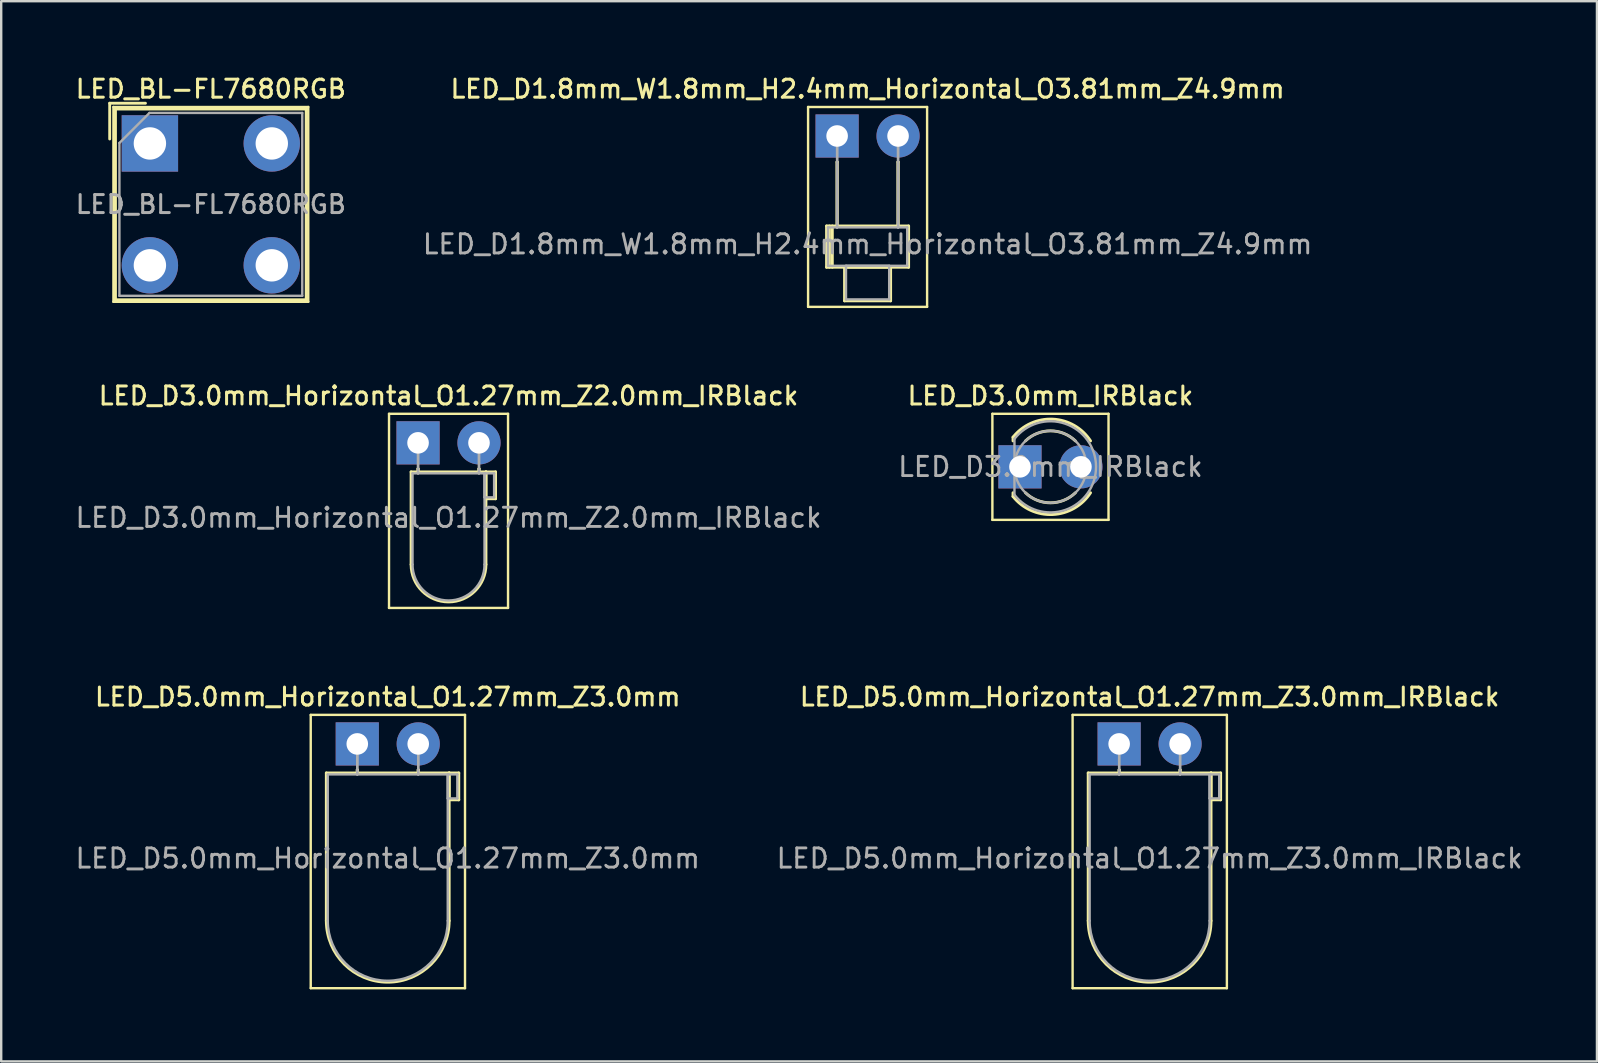
<source format=kicad_pcb>
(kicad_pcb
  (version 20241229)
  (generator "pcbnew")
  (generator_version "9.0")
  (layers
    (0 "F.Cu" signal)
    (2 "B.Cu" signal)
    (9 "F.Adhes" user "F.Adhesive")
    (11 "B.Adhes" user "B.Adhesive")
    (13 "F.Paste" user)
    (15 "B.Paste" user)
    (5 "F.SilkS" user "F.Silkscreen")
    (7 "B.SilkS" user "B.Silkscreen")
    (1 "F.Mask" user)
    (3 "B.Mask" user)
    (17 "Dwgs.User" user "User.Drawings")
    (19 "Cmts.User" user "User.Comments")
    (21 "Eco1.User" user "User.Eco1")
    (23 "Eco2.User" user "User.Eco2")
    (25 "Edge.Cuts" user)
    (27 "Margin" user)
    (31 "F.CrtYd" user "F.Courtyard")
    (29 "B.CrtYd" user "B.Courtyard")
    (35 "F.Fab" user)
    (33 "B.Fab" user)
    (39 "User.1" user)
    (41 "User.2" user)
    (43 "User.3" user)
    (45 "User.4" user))
  (footprint "LED_D5.0mm_Horizontal_O1.27mm_Z3.0mm"
    (layer "F.Cu")
    (at 11.84 27.954)
    (property "Reference" "LED_D5.0mm_Horizontal_O1.27mm_Z3.0mm" (at 1.27 -1.96 0) (layer "F.SilkS") (effects (font (size 0.75 0.75) (thickness 0.125))))
    (attr through_hole)
    (fp_line (start -1.94 -1.21) (end -1.94 10.18) (stroke (width 0.1) (type solid)) (layer "F.SilkS"))
    (fp_line (start -1.94 10.18) (end 4.49 10.18) (stroke (width 0.1) (type solid)) (layer "F.SilkS"))
    (fp_line (start -1.29 1.21) (end -1.29 7.37) (stroke (width 0.12) (type solid)) (layer "F.SilkS"))
    (fp_line (start -1.29 1.21) (end 3.83 1.21) (stroke (width 0.12) (type solid)) (layer "F.SilkS"))
    (fp_line (start 0 1.08) (end 0 1.08) (stroke (width 0.12) (type solid)) (layer "F.SilkS"))
    (fp_line (start 0 1.08) (end 0 1.21) (stroke (width 0.12) (type solid)) (layer "F.SilkS"))
    (fp_line (start 0 1.21) (end 0 1.08) (stroke (width 0.12) (type solid)) (layer "F.SilkS"))
    (fp_line (start 0 1.21) (end 0 1.21) (stroke (width 0.12) (type solid)) (layer "F.SilkS"))
    (fp_line (start 2.54 1.08) (end 2.54 1.08) (stroke (width 0.12) (type solid)) (layer "F.SilkS"))
    (fp_line (start 2.54 1.08) (end 2.54 1.21) (stroke (width 0.12) (type solid)) (layer "F.SilkS"))
    (fp_line (start 2.54 1.21) (end 2.54 1.08) (stroke (width 0.12) (type solid)) (layer "F.SilkS"))
    (fp_line (start 2.54 1.21) (end 2.54 1.21) (stroke (width 0.12) (type solid)) (layer "F.SilkS"))
    (fp_line (start 3.83 1.21) (end 3.83 7.37) (stroke (width 0.12) (type solid)) (layer "F.SilkS"))
    (fp_line (start 3.83 1.21) (end 4.23 1.21) (stroke (width 0.12) (type solid)) (layer "F.SilkS"))
    (fp_line (start 3.83 2.33) (end 3.83 1.21) (stroke (width 0.12) (type solid)) (layer "F.SilkS"))
    (fp_line (start 4.23 1.21) (end 4.23 2.33) (stroke (width 0.12) (type solid)) (layer "F.SilkS"))
    (fp_line (start 4.23 2.33) (end 3.83 2.33) (stroke (width 0.12) (type solid)) (layer "F.SilkS"))
    (fp_line (start 4.49 -1.21) (end -1.94 -1.21) (stroke (width 0.1) (type solid)) (layer "F.SilkS"))
    (fp_line (start 4.49 10.18) (end 4.49 -1.21) (stroke (width 0.1) (type solid)) (layer "F.SilkS"))
    (fp_arc (start 3.83 7.37) (mid 1.27 9.93) (end -1.29 7.37) (stroke (width 0.12) (type solid)) (layer "F.SilkS"))
    (fp_line (start -1.23 1.27) (end -1.23 7.37) (stroke (width 0.1) (type solid)) (layer "F.Fab"))
    (fp_line (start -1.23 1.27) (end 3.77 1.27) (stroke (width 0.1) (type solid)) (layer "F.Fab"))
    (fp_line (start 0 0) (end 0 0) (stroke (width 0.1) (type solid)) (layer "F.Fab"))
    (fp_line (start 0 0) (end 0 1.27) (stroke (width 0.1) (type solid)) (layer "F.Fab"))
    (fp_line (start 0 1.27) (end 0 0) (stroke (width 0.1) (type solid)) (layer "F.Fab"))
    (fp_line (start 0 1.27) (end 0 1.27) (stroke (width 0.1) (type solid)) (layer "F.Fab"))
    (fp_line (start 2.54 0) (end 2.54 0) (stroke (width 0.1) (type solid)) (layer "F.Fab"))
    (fp_line (start 2.54 0) (end 2.54 1.27) (stroke (width 0.1) (type solid)) (layer "F.Fab"))
    (fp_line (start 2.54 1.27) (end 2.54 0) (stroke (width 0.1) (type solid)) (layer "F.Fab"))
    (fp_line (start 2.54 1.27) (end 2.54 1.27) (stroke (width 0.1) (type solid)) (layer "F.Fab"))
    (fp_line (start 3.77 1.27) (end 3.77 7.37) (stroke (width 0.1) (type solid)) (layer "F.Fab"))
    (fp_line (start 3.77 1.27) (end 4.17 1.27) (stroke (width 0.1) (type solid)) (layer "F.Fab"))
    (fp_line (start 3.77 2.27) (end 3.77 1.27) (stroke (width 0.1) (type solid)) (layer "F.Fab"))
    (fp_line (start 4.17 1.27) (end 4.17 2.27) (stroke (width 0.1) (type solid)) (layer "F.Fab"))
    (fp_line (start 4.17 2.27) (end 3.77 2.27) (stroke (width 0.1) (type solid)) (layer "F.Fab"))
    (fp_arc (start 3.77 7.37) (mid 1.27 9.87) (end -1.23 7.37) (stroke (width 0.1) (type solid)) (layer "F.Fab"))
    (fp_text user "${REFERENCE}" (at 1.27 4.77 0) (layer "F.Fab") (effects (font (size 0.8 0.8) (thickness 0.12))))
    (pad "1" thru_hole rect (at 0 0) (size 1.8 1.8) (drill 0.9) (layers "*.Cu" "*.Mask"))
    (pad "2" thru_hole circle (at 2.54 0) (size 1.8 1.8) (drill 0.9) (layers "*.Cu" "*.Mask")))
  (footprint "LED_D1.8mm_W1.8mm_H2.4mm_Horizontal_O3.81mm_Z4.9mm"
    (layer "F.Cu")
    (at 31.838 2.618)
    (property "Reference" "LED_D1.8mm_W1.8mm_H2.4mm_Horizontal_O3.81mm_Z4.9mm" (at 1.27 -1.96 0) (layer "F.SilkS") (effects (font (size 0.75 0.75) (thickness 0.125))))
    (attr through_hole)
    (fp_line (start -1.21 -1.21) (end -1.21 7.12) (stroke (width 0.1) (type solid)) (layer "F.SilkS"))
    (fp_line (start -1.21 7.12) (end 3.75 7.12) (stroke (width 0.1) (type solid)) (layer "F.SilkS"))
    (fp_line (start -0.44 3.75) (end -0.44 5.47) (stroke (width 0.12) (type solid)) (layer "F.SilkS"))
    (fp_line (start -0.44 5.47) (end 2.98 5.47) (stroke (width 0.12) (type solid)) (layer "F.SilkS"))
    (fp_line (start -0.32 3.75) (end -0.32 5.47) (stroke (width 0.12) (type solid)) (layer "F.SilkS"))
    (fp_line (start -0.2 3.75) (end -0.2 5.47) (stroke (width 0.12) (type solid)) (layer "F.SilkS"))
    (fp_line (start 0 1.08) (end 0 1.08) (stroke (width 0.12) (type solid)) (layer "F.SilkS"))
    (fp_line (start 0 1.08) (end 0 3.75) (stroke (width 0.12) (type solid)) (layer "F.SilkS"))
    (fp_line (start 0 3.75) (end 0 1.08) (stroke (width 0.12) (type solid)) (layer "F.SilkS"))
    (fp_line (start 0 3.75) (end 0 3.75) (stroke (width 0.12) (type solid)) (layer "F.SilkS"))
    (fp_line (start 0.31 5.47) (end 0.31 6.87) (stroke (width 0.12) (type solid)) (layer "F.SilkS"))
    (fp_line (start 0.31 6.87) (end 2.23 6.87) (stroke (width 0.12) (type solid)) (layer "F.SilkS"))
    (fp_line (start 2.23 5.47) (end 0.31 5.47) (stroke (width 0.12) (type solid)) (layer "F.SilkS"))
    (fp_line (start 2.23 6.87) (end 2.23 5.47) (stroke (width 0.12) (type solid)) (layer "F.SilkS"))
    (fp_line (start 2.54 1.08) (end 2.54 1.08) (stroke (width 0.12) (type solid)) (layer "F.SilkS"))
    (fp_line (start 2.54 1.08) (end 2.54 3.75) (stroke (width 0.12) (type solid)) (layer "F.SilkS"))
    (fp_line (start 2.54 3.75) (end 2.54 1.08) (stroke (width 0.12) (type solid)) (layer "F.SilkS"))
    (fp_line (start 2.54 3.75) (end 2.54 3.75) (stroke (width 0.12) (type solid)) (layer "F.SilkS"))
    (fp_line (start 2.98 3.75) (end -0.44 3.75) (stroke (width 0.12) (type solid)) (layer "F.SilkS"))
    (fp_line (start 2.98 5.47) (end 2.98 3.75) (stroke (width 0.12) (type solid)) (layer "F.SilkS"))
    (fp_line (start 3.75 -1.21) (end -1.21 -1.21) (stroke (width 0.1) (type solid)) (layer "F.SilkS"))
    (fp_line (start 3.75 7.12) (end 3.75 -1.21) (stroke (width 0.1) (type solid)) (layer "F.SilkS"))
    (fp_line (start -0.38 3.81) (end -0.38 5.41) (stroke (width 0.1) (type solid)) (layer "F.Fab"))
    (fp_line (start -0.38 5.41) (end 2.92 5.41) (stroke (width 0.1) (type solid)) (layer "F.Fab"))
    (fp_line (start 0 0) (end 0 0) (stroke (width 0.1) (type solid)) (layer "F.Fab"))
    (fp_line (start 0 0) (end 0 3.81) (stroke (width 0.1) (type solid)) (layer "F.Fab"))
    (fp_line (start 0 3.81) (end 0 0) (stroke (width 0.1) (type solid)) (layer "F.Fab"))
    (fp_line (start 0 3.81) (end 0 3.81) (stroke (width 0.1) (type solid)) (layer "F.Fab"))
    (fp_line (start 0.37 5.41) (end 0.37 6.81) (stroke (width 0.1) (type solid)) (layer "F.Fab"))
    (fp_line (start 0.37 6.81) (end 2.17 6.81) (stroke (width 0.1) (type solid)) (layer "F.Fab"))
    (fp_line (start 2.17 5.41) (end 0.37 5.41) (stroke (width 0.1) (type solid)) (layer "F.Fab"))
    (fp_line (start 2.17 6.81) (end 2.17 5.41) (stroke (width 0.1) (type solid)) (layer "F.Fab"))
    (fp_line (start 2.54 0) (end 2.54 0) (stroke (width 0.1) (type solid)) (layer "F.Fab"))
    (fp_line (start 2.54 0) (end 2.54 3.81) (stroke (width 0.1) (type solid)) (layer "F.Fab"))
    (fp_line (start 2.54 3.81) (end 2.54 0) (stroke (width 0.1) (type solid)) (layer "F.Fab"))
    (fp_line (start 2.54 3.81) (end 2.54 3.81) (stroke (width 0.1) (type solid)) (layer "F.Fab"))
    (fp_line (start 2.92 3.81) (end -0.38 3.81) (stroke (width 0.1) (type solid)) (layer "F.Fab"))
    (fp_line (start 2.92 5.41) (end 2.92 3.81) (stroke (width 0.1) (type solid)) (layer "F.Fab"))
    (fp_text user "${REFERENCE}" (at 1.27 4.51 0) (layer "F.Fab") (effects (font (size 0.8 0.8) (thickness 0.12))))
    (pad "1" thru_hole rect (at 0 0) (size 1.8 1.8) (drill 0.9) (layers "*.Cu" "*.Mask"))
    (pad "2" thru_hole circle (at 2.54 0) (size 1.8 1.8) (drill 0.9) (layers "*.Cu" "*.Mask")))
  (footprint "LED_D5.0mm_Horizontal_O1.27mm_Z3.0mm_IRBlack"
    (layer "F.Cu")
    (at 43.592 27.954)
    (property "Reference" "LED_D5.0mm_Horizontal_O1.27mm_Z3.0mm_IRBlack" (at 1.27 -1.96 0) (layer "F.SilkS") (effects (font (size 0.75 0.75) (thickness 0.125))))
    (attr through_hole)
    (fp_line (start -1.94 -1.21) (end -1.94 10.18) (stroke (width 0.1) (type solid)) (layer "F.SilkS"))
    (fp_line (start -1.94 10.18) (end 4.49 10.18) (stroke (width 0.1) (type solid)) (layer "F.SilkS"))
    (fp_line (start -1.29 1.21) (end -1.29 7.37) (stroke (width 0.12) (type solid)) (layer "F.SilkS"))
    (fp_line (start -1.29 1.21) (end 3.83 1.21) (stroke (width 0.12) (type solid)) (layer "F.SilkS"))
    (fp_line (start 0 1.08) (end 0 1.08) (stroke (width 0.12) (type solid)) (layer "F.SilkS"))
    (fp_line (start 0 1.08) (end 0 1.21) (stroke (width 0.12) (type solid)) (layer "F.SilkS"))
    (fp_line (start 0 1.21) (end 0 1.08) (stroke (width 0.12) (type solid)) (layer "F.SilkS"))
    (fp_line (start 0 1.21) (end 0 1.21) (stroke (width 0.12) (type solid)) (layer "F.SilkS"))
    (fp_line (start 2.54 1.08) (end 2.54 1.08) (stroke (width 0.12) (type solid)) (layer "F.SilkS"))
    (fp_line (start 2.54 1.08) (end 2.54 1.21) (stroke (width 0.12) (type solid)) (layer "F.SilkS"))
    (fp_line (start 2.54 1.21) (end 2.54 1.08) (stroke (width 0.12) (type solid)) (layer "F.SilkS"))
    (fp_line (start 2.54 1.21) (end 2.54 1.21) (stroke (width 0.12) (type solid)) (layer "F.SilkS"))
    (fp_line (start 3.83 1.21) (end 3.83 7.37) (stroke (width 0.12) (type solid)) (layer "F.SilkS"))
    (fp_line (start 3.83 1.21) (end 4.23 1.21) (stroke (width 0.12) (type solid)) (layer "F.SilkS"))
    (fp_line (start 3.83 2.33) (end 3.83 1.21) (stroke (width 0.12) (type solid)) (layer "F.SilkS"))
    (fp_line (start 4.23 1.21) (end 4.23 2.33) (stroke (width 0.12) (type solid)) (layer "F.SilkS"))
    (fp_line (start 4.23 2.33) (end 3.83 2.33) (stroke (width 0.12) (type solid)) (layer "F.SilkS"))
    (fp_line (start 4.49 -1.21) (end -1.94 -1.21) (stroke (width 0.1) (type solid)) (layer "F.SilkS"))
    (fp_line (start 4.49 10.18) (end 4.49 -1.21) (stroke (width 0.1) (type solid)) (layer "F.SilkS"))
    (fp_arc (start 3.83 7.37) (mid 1.27 9.93) (end -1.29 7.37) (stroke (width 0.12) (type solid)) (layer "F.SilkS"))
    (fp_line (start -1.23 1.27) (end -1.23 7.37) (stroke (width 0.1) (type solid)) (layer "F.Fab"))
    (fp_line (start -1.23 1.27) (end 3.77 1.27) (stroke (width 0.1) (type solid)) (layer "F.Fab"))
    (fp_line (start 0 0) (end 0 0) (stroke (width 0.1) (type solid)) (layer "F.Fab"))
    (fp_line (start 0 0) (end 0 1.27) (stroke (width 0.1) (type solid)) (layer "F.Fab"))
    (fp_line (start 0 1.27) (end 0 0) (stroke (width 0.1) (type solid)) (layer "F.Fab"))
    (fp_line (start 0 1.27) (end 0 1.27) (stroke (width 0.1) (type solid)) (layer "F.Fab"))
    (fp_line (start 2.54 0) (end 2.54 0) (stroke (width 0.1) (type solid)) (layer "F.Fab"))
    (fp_line (start 2.54 0) (end 2.54 1.27) (stroke (width 0.1) (type solid)) (layer "F.Fab"))
    (fp_line (start 2.54 1.27) (end 2.54 0) (stroke (width 0.1) (type solid)) (layer "F.Fab"))
    (fp_line (start 2.54 1.27) (end 2.54 1.27) (stroke (width 0.1) (type solid)) (layer "F.Fab"))
    (fp_line (start 3.77 1.27) (end 3.77 7.37) (stroke (width 0.1) (type solid)) (layer "F.Fab"))
    (fp_line (start 3.77 1.27) (end 4.17 1.27) (stroke (width 0.1) (type solid)) (layer "F.Fab"))
    (fp_line (start 3.77 2.27) (end 3.77 1.27) (stroke (width 0.1) (type solid)) (layer "F.Fab"))
    (fp_line (start 4.17 1.27) (end 4.17 2.27) (stroke (width 0.1) (type solid)) (layer "F.Fab"))
    (fp_line (start 4.17 2.27) (end 3.77 2.27) (stroke (width 0.1) (type solid)) (layer "F.Fab"))
    (fp_arc (start 3.77 7.37) (mid 1.27 9.87) (end -1.23 7.37) (stroke (width 0.1) (type solid)) (layer "F.Fab"))
    (fp_text user "${REFERENCE}" (at 1.27 4.77 0) (layer "F.Fab") (effects (font (size 0.8 0.8) (thickness 0.12))))
    (pad "1" thru_hole rect (at 0 0) (size 1.8 1.8) (drill 0.9) (layers "*.Cu" "*.Mask"))
    (pad "2" thru_hole circle (at 2.54 0) (size 1.8 1.8) (drill 0.9) (layers "*.Cu" "*.Mask")))
  (footprint "LED_D3.0mm_Horizontal_O1.27mm_Z2.0mm_IRBlack"
    (layer "F.Cu")
    (at 14.373 15.406)
    (property "Reference" "LED_D3.0mm_Horizontal_O1.27mm_Z2.0mm_IRBlack" (at 1.27 -1.96 0) (layer "F.SilkS") (effects (font (size 0.75 0.75) (thickness 0.125))))
    (attr through_hole)
    (fp_line (start -1.21 -1.21) (end -1.21 6.88) (stroke (width 0.1) (type solid)) (layer "F.SilkS"))
    (fp_line (start -1.21 6.88) (end 3.75 6.88) (stroke (width 0.1) (type solid)) (layer "F.SilkS"))
    (fp_line (start -0.29 1.21) (end -0.29 5.07) (stroke (width 0.12) (type solid)) (layer "F.SilkS"))
    (fp_line (start -0.29 1.21) (end 2.83 1.21) (stroke (width 0.12) (type solid)) (layer "F.SilkS"))
    (fp_line (start 0 1.08) (end 0 1.08) (stroke (width 0.12) (type solid)) (layer "F.SilkS"))
    (fp_line (start 0 1.08) (end 0 1.21) (stroke (width 0.12) (type solid)) (layer "F.SilkS"))
    (fp_line (start 0 1.21) (end 0 1.08) (stroke (width 0.12) (type solid)) (layer "F.SilkS"))
    (fp_line (start 0 1.21) (end 0 1.21) (stroke (width 0.12) (type solid)) (layer "F.SilkS"))
    (fp_line (start 2.54 1.08) (end 2.54 1.08) (stroke (width 0.12) (type solid)) (layer "F.SilkS"))
    (fp_line (start 2.54 1.08) (end 2.54 1.21) (stroke (width 0.12) (type solid)) (layer "F.SilkS"))
    (fp_line (start 2.54 1.21) (end 2.54 1.08) (stroke (width 0.12) (type solid)) (layer "F.SilkS"))
    (fp_line (start 2.54 1.21) (end 2.54 1.21) (stroke (width 0.12) (type solid)) (layer "F.SilkS"))
    (fp_line (start 2.83 1.21) (end 2.83 5.07) (stroke (width 0.12) (type solid)) (layer "F.SilkS"))
    (fp_line (start 2.83 1.21) (end 3.23 1.21) (stroke (width 0.12) (type solid)) (layer "F.SilkS"))
    (fp_line (start 2.83 2.33) (end 2.83 1.21) (stroke (width 0.12) (type solid)) (layer "F.SilkS"))
    (fp_line (start 3.23 1.21) (end 3.23 2.33) (stroke (width 0.12) (type solid)) (layer "F.SilkS"))
    (fp_line (start 3.23 2.33) (end 2.83 2.33) (stroke (width 0.12) (type solid)) (layer "F.SilkS"))
    (fp_line (start 3.75 -1.21) (end -1.21 -1.21) (stroke (width 0.1) (type solid)) (layer "F.SilkS"))
    (fp_line (start 3.75 6.88) (end 3.75 -1.21) (stroke (width 0.1) (type solid)) (layer "F.SilkS"))
    (fp_arc (start 2.83 5.07) (mid 1.27 6.63) (end -0.29 5.07) (stroke (width 0.12) (type solid)) (layer "F.SilkS"))
    (fp_line (start -0.23 1.27) (end -0.23 5.07) (stroke (width 0.1) (type solid)) (layer "F.Fab"))
    (fp_line (start -0.23 1.27) (end 2.77 1.27) (stroke (width 0.1) (type solid)) (layer "F.Fab"))
    (fp_line (start 0 0) (end 0 0) (stroke (width 0.1) (type solid)) (layer "F.Fab"))
    (fp_line (start 0 0) (end 0 1.27) (stroke (width 0.1) (type solid)) (layer "F.Fab"))
    (fp_line (start 0 1.27) (end 0 0) (stroke (width 0.1) (type solid)) (layer "F.Fab"))
    (fp_line (start 0 1.27) (end 0 1.27) (stroke (width 0.1) (type solid)) (layer "F.Fab"))
    (fp_line (start 2.54 0) (end 2.54 0) (stroke (width 0.1) (type solid)) (layer "F.Fab"))
    (fp_line (start 2.54 0) (end 2.54 1.27) (stroke (width 0.1) (type solid)) (layer "F.Fab"))
    (fp_line (start 2.54 1.27) (end 2.54 0) (stroke (width 0.1) (type solid)) (layer "F.Fab"))
    (fp_line (start 2.54 1.27) (end 2.54 1.27) (stroke (width 0.1) (type solid)) (layer "F.Fab"))
    (fp_line (start 2.77 1.27) (end 2.77 5.07) (stroke (width 0.1) (type solid)) (layer "F.Fab"))
    (fp_line (start 2.77 1.27) (end 3.17 1.27) (stroke (width 0.1) (type solid)) (layer "F.Fab"))
    (fp_line (start 2.77 2.27) (end 2.77 1.27) (stroke (width 0.1) (type solid)) (layer "F.Fab"))
    (fp_line (start 3.17 1.27) (end 3.17 2.27) (stroke (width 0.1) (type solid)) (layer "F.Fab"))
    (fp_line (start 3.17 2.27) (end 2.77 2.27) (stroke (width 0.1) (type solid)) (layer "F.Fab"))
    (fp_arc (start 2.77 5.07) (mid 1.27 6.57) (end -0.23 5.07) (stroke (width 0.1) (type solid)) (layer "F.Fab"))
    (fp_text user "${REFERENCE}" (at 1.27 3.12 0) (layer "F.Fab") (effects (font (size 0.8 0.8) (thickness 0.12))))
    (pad "1" thru_hole rect (at 0 0) (size 1.8 1.8) (drill 0.9) (layers "*.Cu" "*.Mask"))
    (pad "2" thru_hole circle (at 2.54 0) (size 1.8 1.8) (drill 0.9) (layers "*.Cu" "*.Mask")))
  (footprint "LED_BL-FL7680RGB"
    (layer "F.Cu")
    (at 3.197 2.928)
    (property "Reference" "LED_BL-FL7680RGB" (at 2.54 -2.27 0) (layer "F.SilkS") (effects (font (size 0.75 0.75) (thickness 0.125))))
    (attr through_hole)
    (fp_line (start -1.675 -1.675) (end -0.185 -1.675) (stroke (width 0.12) (type solid)) (layer "F.SilkS"))
    (fp_line (start -1.675 -0.185) (end -1.675 -1.675) (stroke (width 0.12) (type solid)) (layer "F.SilkS"))
    (fp_line (start -1.52 -1.52) (end -1.52 6.6) (stroke (width 0.1) (type solid)) (layer "F.SilkS"))
    (fp_line (start -1.52 6.6) (end 6.6 6.6) (stroke (width 0.1) (type solid)) (layer "F.SilkS"))
    (fp_line (start -1.435 -1.435) (end -1.435 6.515) (stroke (width 0.12) (type solid)) (layer "F.SilkS"))
    (fp_line (start -1.435 6.515) (end 6.515 6.515) (stroke (width 0.12) (type solid)) (layer "F.SilkS"))
    (fp_line (start 6.515 -1.435) (end -1.435 -1.435) (stroke (width 0.12) (type solid)) (layer "F.SilkS"))
    (fp_line (start 6.515 6.515) (end 6.515 -1.435) (stroke (width 0.12) (type solid)) (layer "F.SilkS"))
    (fp_line (start 6.6 -1.52) (end -1.52 -1.52) (stroke (width 0.1) (type solid)) (layer "F.SilkS"))
    (fp_line (start 6.6 6.6) (end 6.6 -1.52) (stroke (width 0.1) (type solid)) (layer "F.SilkS"))
    (fp_line (start -1.27 -0.02) (end -0.02 -1.27) (stroke (width 0.1) (type solid)) (layer "F.Fab"))
    (fp_line (start -1.27 6.35) (end -1.27 -0.02) (stroke (width 0.1) (type solid)) (layer "F.Fab"))
    (fp_line (start -0.02 -1.27) (end 6.35 -1.27) (stroke (width 0.1) (type solid)) (layer "F.Fab"))
    (fp_line (start 6.35 -1.27) (end 6.35 6.35) (stroke (width 0.1) (type solid)) (layer "F.Fab"))
    (fp_line (start 6.35 6.35) (end -1.27 6.35) (stroke (width 0.1) (type solid)) (layer "F.Fab"))
    (fp_text user "${REFERENCE}" (at 2.54 2.54 0) (layer "F.Fab") (effects (font (size 0.75 0.75) (thickness 0.125))))
    (pad "1" thru_hole rect (at 0 0) (size 2.35 2.35) (drill 1.35) (layers "*.Cu" "*.Mask"))
    (pad "2" thru_hole circle (at 0 5.08) (size 2.35 2.35) (drill 1.35) (layers "*.Cu" "*.Mask"))
    (pad "3" thru_hole circle (at 5.08 5.08) (size 2.35 2.35) (drill 1.35) (layers "*.Cu" "*.Mask"))
    (pad "4" thru_hole circle (at 5.08 0) (size 2.35 2.35) (drill 1.35) (layers "*.Cu" "*.Mask")))
  (footprint "LED_D3.0mm_IRBlack"
    (layer "F.Cu")
    (at 39.459 16.406)
    (property "Reference" "LED_D3.0mm_IRBlack" (at 1.27 -2.96 0) (layer "F.SilkS") (effects (font (size 0.75 0.75) (thickness 0.125))))
    (attr through_hole)
    (fp_line (start -1.15 -2.21) (end -1.15 2.21) (stroke (width 0.1) (type solid)) (layer "F.SilkS"))
    (fp_line (start -1.15 2.21) (end 3.69 2.21) (stroke (width 0.1) (type solid)) (layer "F.SilkS"))
    (fp_line (start -0.29 -1.236) (end -0.29 -1.08) (stroke (width 0.12) (type solid)) (layer "F.SilkS"))
    (fp_line (start -0.29 1.08) (end -0.29 1.236) (stroke (width 0.12) (type solid)) (layer "F.SilkS"))
    (fp_line (start 3.69 -2.21) (end -1.15 -2.21) (stroke (width 0.1) (type solid)) (layer "F.SilkS"))
    (fp_line (start 3.69 2.21) (end 3.69 -2.21) (stroke (width 0.1) (type solid)) (layer "F.SilkS"))
    (fp_arc (start -0.29 -1.235516) (mid 1.365624 -1.987701) (end 2.941397 -1.080061) (stroke (width 0.12) (type solid)) (layer "F.SilkS"))
    (fp_arc (start 0.229039 -1.08) (mid 1.269964 -1.5) (end 2.31091 -1.080049) (stroke (width 0.12) (type solid)) (layer "F.SilkS"))
    (fp_arc (start 2.31091 1.080049) (mid 1.269964 1.5) (end 0.229039 1.08) (stroke (width 0.12) (type solid)) (layer "F.SilkS"))
    (fp_arc (start 2.941397 1.080061) (mid 1.365624 1.987701) (end -0.29 1.235516) (stroke (width 0.12) (type solid)) (layer "F.SilkS"))
    (fp_line (start -0.23 -1.166) (end -0.23 1.166) (stroke (width 0.1) (type solid)) (layer "F.Fab"))
    (fp_arc (start -0.23 -1.16619) (mid 3.17 -0.000037) (end -0.229955 1.166249) (stroke (width 0.1) (type solid)) (layer "F.Fab"))
    (fp_circle (center 1.27 0) (end 2.77 0) (stroke (width 0.1) (type solid)) (fill no) (layer "F.Fab"))
    (fp_text user "${REFERENCE}" (at 1.27 0 0) (layer "F.Fab") (effects (font (size 0.8 0.8) (thickness 0.12))))
    (pad "1" thru_hole rect (at 0 0) (size 1.8 1.8) (drill 0.9) (layers "*.Cu" "*.Mask"))
    (pad "2" thru_hole circle (at 2.54 0) (size 1.8 1.8) (drill 0.9) (layers "*.Cu" "*.Mask")))
  (gr_rect
    (start -3 -3)
    (end 63.505 41.184)
    (stroke (width 0.1) (type default))
    (fill no)
    (layer "Edge.Cuts")))
</source>
